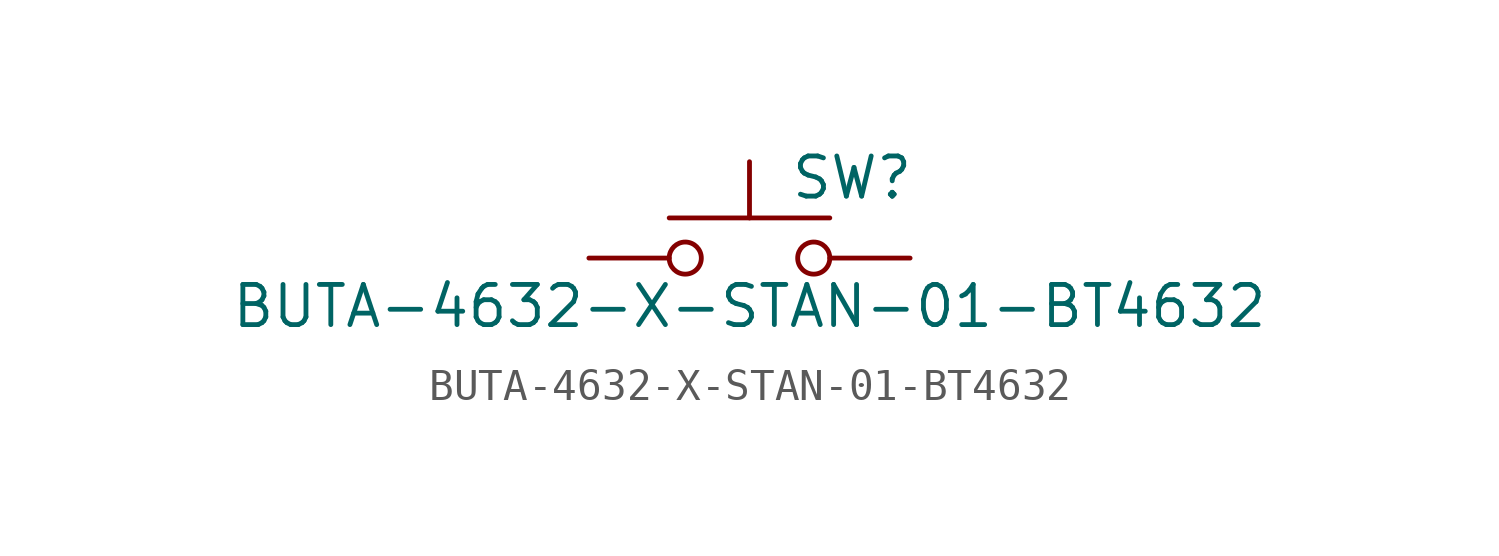
<source format=kicad_sym>
(kicad_symbol_lib
  (version 20211014)
  (generator kicad_symbol_editor)
  (symbol "BUTA-4632-X-STAN-01-BT4632"
    (pin_numbers hide)
    (pin_names
      (offset 1.016) hide)
    (property "Reference" "SW"
      (at 1.27 2.54 0)
      (effects (font (size 1.27 1.27)) (justify left)))
    (property "Value" "BUTA-4632-X-STAN-01-BT4632"
      (at 0 -1.524 0)
      (effects (font (size 1.27 1.27))))
    (symbol "BUTA-4632-X-STAN-01-BT4632_0_1"
      (circle (center -2.032 0) (radius 0.508) (stroke (width 0) (type default) (color 0 0 0 0)) (fill (type none)))
      (polyline (pts (xy 0 1.27) (xy 0 3.048)) (stroke (width 0) (type default) (color 0 0 0 0)) (fill (type none)))
      (polyline (pts (xy 2.54 1.27) (xy -2.54 1.27)) (stroke (width 0) (type default) (color 0 0 0 0)) (fill (type none)))
      (circle (center 2.032 0) (radius 0.508) (stroke (width 0) (type default) (color 0 0 0 0)) (fill (type none)))
      (pin passive line (at -5.08 0 0) (length 2.54) (name "1" (effects (font (size 1.27 1.27)))) (number "1" (effects (font (size 1.27 1.27)))))
      (pin passive line (at 5.08 0 180) (length 2.54) (name "2" (effects (font (size 1.27 1.27)))) (number "2" (effects (font (size 1.27 1.27))))))))
</source>
